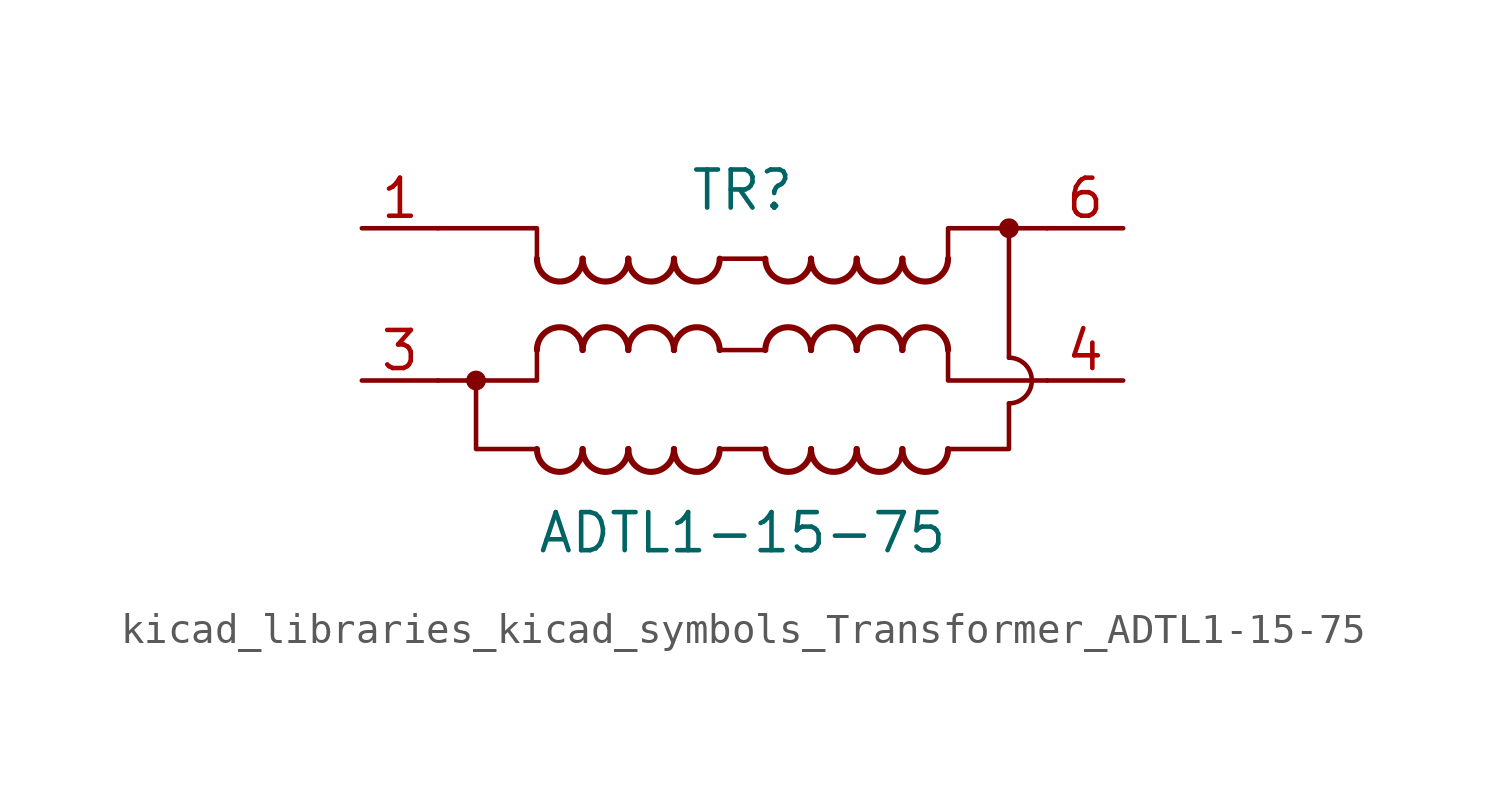
<source format=kicad_sym>
(kicad_symbol_lib
  (version 20220914)
  (generator kicad_symbol_editor)
  (symbol "kicad_libraries_kicad_symbols_Transformer_ADTL1-15-75"
    (pin_names hide)
    (property "Reference" "TR"
      (at 0 3.81 0)
      (effects (font (size 1.27 1.27))))
    (property "Value" "ADTL1-15-75"
      (at 0 -7.62 0)
      (effects (font (size 1.27 1.27))))
    (symbol "kicad_libraries_kicad_symbols_Transformer_ADTL1-15-75_0_1"
      (circle (center -8.89 -2.54) (radius 0.254) (stroke (width 0) (type default)) (fill (type outline)))
      (arc (start -6.858 -4.826) (mid -6.096 -5.5847) (end -5.334 -4.826) (stroke (width 0.2032) (type default)) (fill (type none)))
      (arc (start -6.858 1.524) (mid -6.096 0.7653) (end -5.334 1.524) (stroke (width 0.2032) (type default)) (fill (type none)))
      (arc (start -5.334 -4.826) (mid -4.572 -5.5847) (end -3.81 -4.826) (stroke (width 0.2032) (type default)) (fill (type none)))
      (arc (start -5.334 -1.524) (mid -6.096 -0.7653) (end -6.858 -1.524) (stroke (width 0.2032) (type default)) (fill (type none)))
      (arc (start -5.334 1.524) (mid -4.572 0.7653) (end -3.81 1.524) (stroke (width 0.2032) (type default)) (fill (type none)))
      (arc (start -3.81 -4.826) (mid -3.048 -5.5847) (end -2.286 -4.826) (stroke (width 0.2032) (type default)) (fill (type none)))
      (arc (start -3.81 -1.524) (mid -4.572 -0.7653) (end -5.334 -1.524) (stroke (width 0.2032) (type default)) (fill (type none)))
      (arc (start -3.81 1.524) (mid -3.048 0.7653) (end -2.286 1.524) (stroke (width 0.2032) (type default)) (fill (type none)))
      (arc (start -2.286 -4.826) (mid -1.524 -5.5847) (end -0.762 -4.826) (stroke (width 0.2032) (type default)) (fill (type none)))
      (arc (start -2.286 -1.524) (mid -3.048 -0.7653) (end -3.81 -1.524) (stroke (width 0.2032) (type default)) (fill (type none)))
      (arc (start -2.286 1.524) (mid -1.524 0.7653) (end -0.762 1.524) (stroke (width 0.2032) (type default)) (fill (type none)))
      (arc (start -0.762 -1.524) (mid -1.524 -0.7653) (end -2.286 -1.524) (stroke (width 0.2032) (type default)) (fill (type none)))
      (polyline (pts (xy -0.762 -1.524) (xy 0.762 -1.524)) (stroke (width 0) (type default)) (fill (type none)))
      (polyline (pts (xy -0.762 1.524) (xy 0.762 1.524)) (stroke (width 0) (type default)) (fill (type none)))
      (polyline (pts (xy 0.762 -4.826) (xy -0.762 -4.826)) (stroke (width 0) (type default)) (fill (type none)))
      (polyline (pts (xy 8.89 -1.778) (xy 8.89 2.54)) (stroke (width 0) (type default)) (fill (type none)))
      (polyline (pts (xy -6.858 -4.826) (xy -8.89 -4.826) (xy -8.89 -2.54)) (stroke (width 0) (type default)) (fill (type none)))
      (polyline (pts (xy -6.858 -1.524) (xy -6.858 -2.54) (xy -10.16 -2.54)) (stroke (width 0) (type default)) (fill (type none)))
      (polyline (pts (xy -6.858 1.524) (xy -6.858 2.54) (xy -10.16 2.54)) (stroke (width 0) (type default)) (fill (type none)))
      (polyline (pts (xy 6.858 -4.826) (xy 8.89 -4.826) (xy 8.89 -3.302)) (stroke (width 0) (type default)) (fill (type none)))
      (polyline (pts (xy 6.858 -1.524) (xy 6.858 -2.54) (xy 10.16 -2.54)) (stroke (width 0) (type default)) (fill (type none)))
      (polyline (pts (xy 6.858 1.524) (xy 6.858 2.54) (xy 10.16 2.54)) (stroke (width 0) (type default)) (fill (type none)))
      (arc (start 0.762 -4.826) (mid 1.524 -5.5847) (end 2.286 -4.826) (stroke (width 0.2032) (type default)) (fill (type none)))
      (arc (start 0.762 1.524) (mid 1.524 0.7653) (end 2.286 1.524) (stroke (width 0.2032) (type default)) (fill (type none)))
      (arc (start 2.286 -4.826) (mid 3.048 -5.5847) (end 3.81 -4.826) (stroke (width 0.2032) (type default)) (fill (type none)))
      (arc (start 2.286 -1.524) (mid 1.524 -0.7653) (end 0.762 -1.524) (stroke (width 0.2032) (type default)) (fill (type none)))
      (arc (start 2.286 1.524) (mid 3.048 0.7653) (end 3.81 1.524) (stroke (width 0.2032) (type default)) (fill (type none)))
      (arc (start 3.81 -4.826) (mid 4.572 -5.5847) (end 5.334 -4.826) (stroke (width 0.2032) (type default)) (fill (type none)))
      (arc (start 3.81 -1.524) (mid 3.048 -0.7653) (end 2.286 -1.524) (stroke (width 0.2032) (type default)) (fill (type none)))
      (arc (start 3.81 1.524) (mid 4.572 0.7653) (end 5.334 1.524) (stroke (width 0.2032) (type default)) (fill (type none)))
      (arc (start 5.334 -4.826) (mid 6.096 -5.5847) (end 6.858 -4.826) (stroke (width 0.2032) (type default)) (fill (type none)))
      (arc (start 5.334 -1.524) (mid 4.572 -0.7653) (end 3.81 -1.524) (stroke (width 0.2032) (type default)) (fill (type none)))
      (arc (start 5.334 1.524) (mid 6.096 0.7653) (end 6.858 1.524) (stroke (width 0.2032) (type default)) (fill (type none)))
      (arc (start 6.858 -1.524) (mid 6.096 -0.7653) (end 5.334 -1.524) (stroke (width 0.2032) (type default)) (fill (type none)))
      (arc (start 8.89 -3.302) (mid 9.6487 -2.54) (end 8.89 -1.778) (stroke (width 0) (type default)) (fill (type none)))
      (circle (center 8.89 2.54) (radius 0.254) (stroke (width 0) (type default)) (fill (type outline))))
    (symbol "kicad_libraries_kicad_symbols_Transformer_ADTL1-15-75_1_1"
      (pin passive line (at -12.7 2.54 0) (length 2.54) (name "~" (effects (font (size 1.27 1.27)))) (number "1" (effects (font (size 1.27 1.27)))))
      (pin passive line (at -12.7 -2.54 0) (length 2.54) (name "~" (effects (font (size 1.27 1.27)))) (number "3" (effects (font (size 1.27 1.27)))))
      (pin passive line (at 12.7 -2.54 180) (length 2.54) (name "~" (effects (font (size 1.27 1.27)))) (number "4" (effects (font (size 1.27 1.27)))))
      (pin passive line (at 12.7 2.54 180) (length 2.54) (name "~" (effects (font (size 1.27 1.27)))) (number "6" (effects (font (size 1.27 1.27))))))))
</source>
